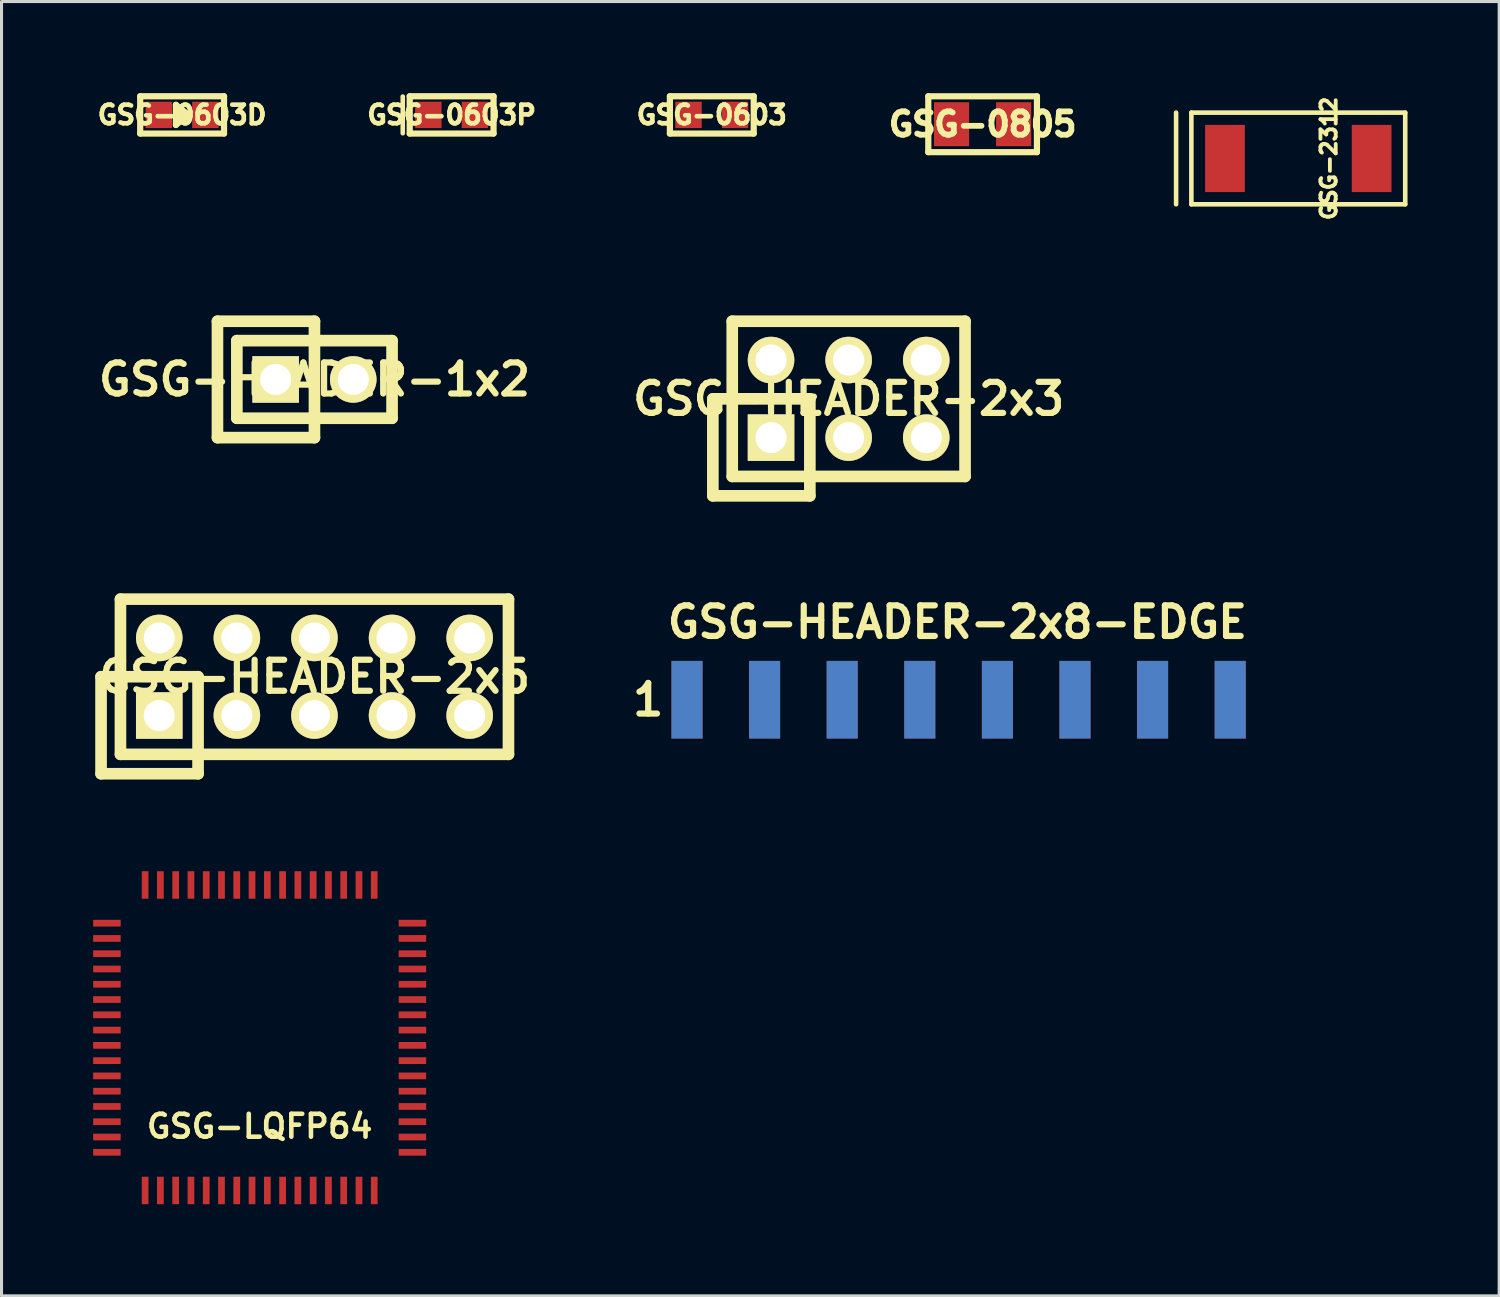
<source format=kicad_pcb>
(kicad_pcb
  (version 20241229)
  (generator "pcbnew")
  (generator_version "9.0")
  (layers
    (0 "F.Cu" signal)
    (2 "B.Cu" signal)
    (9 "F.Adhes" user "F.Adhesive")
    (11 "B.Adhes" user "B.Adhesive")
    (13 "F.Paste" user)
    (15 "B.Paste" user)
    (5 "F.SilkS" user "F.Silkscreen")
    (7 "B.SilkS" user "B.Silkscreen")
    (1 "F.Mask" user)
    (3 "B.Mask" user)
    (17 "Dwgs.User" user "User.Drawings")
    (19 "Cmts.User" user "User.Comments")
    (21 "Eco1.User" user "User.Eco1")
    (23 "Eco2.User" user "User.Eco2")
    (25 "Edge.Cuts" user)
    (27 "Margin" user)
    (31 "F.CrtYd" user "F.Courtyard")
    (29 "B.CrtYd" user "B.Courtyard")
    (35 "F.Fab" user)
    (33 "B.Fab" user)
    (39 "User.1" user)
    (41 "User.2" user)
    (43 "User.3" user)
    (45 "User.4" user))
  (footprint "GSG-HEADER-2x3"
    (layer "F.Cu")
    (at 24.728 10.005)
    (property "Reference" "GSG-HEADER-2x3" (at 0 0 0) (layer "F.SilkS") (effects (font (size 1.016 1.016) (thickness 0.203))))
    (attr through_hole)
    (fp_line (start -4.445 0) (end -4.445 3.175) (stroke (width 0.381) (type solid)) (layer "F.SilkS"))
    (fp_line (start -4.445 3.175) (end -1.27 3.175) (stroke (width 0.381) (type solid)) (layer "F.SilkS"))
    (fp_line (start -3.81 -2.54) (end 3.81 -2.54) (stroke (width 0.381) (type solid)) (layer "F.SilkS"))
    (fp_line (start -3.81 2.54) (end -3.81 -2.54) (stroke (width 0.381) (type solid)) (layer "F.SilkS"))
    (fp_line (start -1.27 0) (end -4.445 0) (stroke (width 0.381) (type solid)) (layer "F.SilkS"))
    (fp_line (start -1.27 3.175) (end -1.27 0) (stroke (width 0.381) (type solid)) (layer "F.SilkS"))
    (fp_line (start 3.81 -2.54) (end 3.81 2.54) (stroke (width 0.381) (type solid)) (layer "F.SilkS"))
    (fp_line (start 3.81 2.54) (end -3.81 2.54) (stroke (width 0.381) (type solid)) (layer "F.SilkS"))
    (pad "1" thru_hole rect (at -2.54 1.27) (size 1.524 1.524) (drill 1.016) (layers "*.Cu" "*.Mask" "F.SilkS"))
    (pad "2" thru_hole circle (at -2.54 -1.27) (size 1.524 1.524) (drill 1.016) (layers "*.Cu" "*.Mask" "F.SilkS"))
    (pad "3" thru_hole circle (at 0 1.27) (size 1.524 1.524) (drill 1.016) (layers "*.Cu" "*.Mask" "F.SilkS"))
    (pad "4" thru_hole circle (at 0 -1.27) (size 1.524 1.524) (drill 1.016) (layers "*.Cu" "*.Mask" "F.SilkS"))
    (pad "5" thru_hole circle (at 2.54 1.27) (size 1.524 1.524) (drill 1.016) (layers "*.Cu" "*.Mask" "F.SilkS"))
    (pad "6" thru_hole circle (at 2.54 -1.27) (size 1.524 1.524) (drill 1.016) (layers "*.Cu" "*.Mask" "F.SilkS")))
  (footprint "GSG-HEADER-2x8-EDGE"
    (layer "F.Cu")
    (at 28.287 19.853)
    (property "Reference" "GSG-HEADER-2x8-EDGE" (at 0 -2.54 0) (layer "F.SilkS") (effects (font (size 1.001 1.001) (thickness 0.203))))
    (attr through_hole)
    (fp_text user "1" (at -10.12 0 0) (layer "F.SilkS") (effects (font (size 1.001 1.001) (thickness 0.203))))
    (pad "1" smd rect (at -8.85 0) (size 1.016 2.54) (layers "F.Cu" "F.Mask" "F.Paste"))
    (pad "2" smd rect (at -8.85 0) (size 1.016 2.54) (layers "B.Cu" "B.Mask" "B.Paste"))
    (pad "3" smd rect (at -6.31 0) (size 1.016 2.54) (layers "F.Cu" "F.Mask" "F.Paste"))
    (pad "4" smd rect (at -6.31 0) (size 1.016 2.54) (layers "B.Cu" "B.Mask" "B.Paste"))
    (pad "5" smd rect (at -3.77 0) (size 1.016 2.54) (layers "F.Cu" "F.Mask" "F.Paste"))
    (pad "6" smd rect (at -3.77 0) (size 1.016 2.54) (layers "B.Cu" "B.Mask" "B.Paste"))
    (pad "7" smd rect (at -1.23 0) (size 1.016 2.54) (layers "F.Cu" "F.Mask" "F.Paste"))
    (pad "8" smd rect (at -1.23 0) (size 1.016 2.54) (layers "B.Cu" "B.Mask" "B.Paste"))
    (pad "9" smd rect (at 1.31 0) (size 1.016 2.54) (layers "F.Cu" "F.Mask" "F.Paste"))
    (pad "10" smd rect (at 1.31 0) (size 1.016 2.54) (layers "B.Cu" "B.Mask" "B.Paste"))
    (pad "11" smd rect (at 3.85 0) (size 1.016 2.54) (layers "F.Cu" "F.Mask" "F.Paste"))
    (pad "12" smd rect (at 3.85 0) (size 1.016 2.54) (layers "B.Cu" "B.Mask" "B.Paste"))
    (pad "13" smd rect (at 6.39 0) (size 1.016 2.54) (layers "F.Cu" "F.Mask" "F.Paste"))
    (pad "14" smd rect (at 6.39 0) (size 1.016 2.54) (layers "B.Cu" "B.Mask" "B.Paste"))
    (pad "15" smd rect (at 8.93 0) (size 1.016 2.54) (layers "F.Cu" "F.Mask" "F.Paste"))
    (pad "16" smd rect (at 8.93 0) (size 1.016 2.54) (layers "B.Cu" "B.Mask" "B.Paste")))
  (footprint "GSG-0603"
    (layer "F.Cu")
    (at 20.249 0.711)
    (property "Reference" "GSG-0603" (at 0 0 0) (layer "F.SilkS") (effects (font (size 0.61 0.61) (thickness 0.152))))
    (attr through_hole)
    (fp_line (start -1.372 -0.61) (end -1.372 0.61) (stroke (width 0.203) (type solid)) (layer "F.SilkS"))
    (fp_line (start -1.372 0.61) (end 1.372 0.61) (stroke (width 0.203) (type solid)) (layer "F.SilkS"))
    (fp_line (start 1.372 -0.61) (end -1.372 -0.61) (stroke (width 0.203) (type solid)) (layer "F.SilkS"))
    (fp_line (start 1.372 0.61) (end 1.372 -0.61) (stroke (width 0.203) (type solid)) (layer "F.SilkS"))
    (pad "1" smd rect (at -0.762 0) (size 0.864 0.864) (layers "F.Cu" "F.Mask" "F.Paste"))
    (pad "2" smd rect (at 0.762 0) (size 0.864 0.864) (layers "F.Cu" "F.Mask" "F.Paste")))
  (footprint "GSG-0603D"
    (layer "F.Cu")
    (at 2.911 0.711)
    (property "Reference" "GSG-0603D" (at 0 0 0) (layer "F.SilkS") (effects (font (size 0.61 0.61) (thickness 0.152))))
    (attr through_hole)
    (fp_line (start -1.372 -0.61) (end -1.372 0.61) (stroke (width 0.203) (type solid)) (layer "F.SilkS"))
    (fp_line (start -1.372 0.61) (end 1.372 0.61) (stroke (width 0.203) (type solid)) (layer "F.SilkS"))
    (fp_line (start -0.203 -0.33) (end -0.203 0.33) (stroke (width 0.203) (type solid)) (layer "F.SilkS"))
    (fp_line (start -0.203 0.33) (end 0.203 0) (stroke (width 0.203) (type solid)) (layer "F.SilkS"))
    (fp_line (start -0.051 0.076) (end -0.051 -0.076) (stroke (width 0.203) (type solid)) (layer "F.SilkS"))
    (fp_line (start 0.203 0) (end -0.203 -0.33) (stroke (width 0.203) (type solid)) (layer "F.SilkS"))
    (fp_line (start 1.372 -0.61) (end -1.372 -0.61) (stroke (width 0.203) (type solid)) (layer "F.SilkS"))
    (fp_line (start 1.372 0.61) (end 1.372 -0.61) (stroke (width 0.203) (type solid)) (layer "F.SilkS"))
    (pad "1" smd rect (at -0.762 0) (size 0.864 0.864) (layers "F.Cu" "F.Mask" "F.Paste"))
    (pad "2" smd rect (at 0.762 0) (size 0.864 0.864) (layers "F.Cu" "F.Mask" "F.Paste")))
  (footprint "GSG-HEADER-2x5"
    (layer "F.Cu")
    (at 7.243 19.101)
    (property "Reference" "GSG-HEADER-2x5" (at 0 0 0) (layer "F.SilkS") (effects (font (size 1.016 1.016) (thickness 0.203))))
    (attr through_hole)
    (fp_line (start -6.985 0) (end -6.985 3.175) (stroke (width 0.381) (type solid)) (layer "F.SilkS"))
    (fp_line (start -6.985 3.175) (end -3.81 3.175) (stroke (width 0.381) (type solid)) (layer "F.SilkS"))
    (fp_line (start -6.35 -2.54) (end 6.35 -2.54) (stroke (width 0.381) (type solid)) (layer "F.SilkS"))
    (fp_line (start -6.35 2.54) (end -6.35 -2.54) (stroke (width 0.381) (type solid)) (layer "F.SilkS"))
    (fp_line (start -3.81 0) (end -6.985 0) (stroke (width 0.381) (type solid)) (layer "F.SilkS"))
    (fp_line (start -3.81 3.175) (end -3.81 0) (stroke (width 0.381) (type solid)) (layer "F.SilkS"))
    (fp_line (start 6.35 -2.54) (end 6.35 2.54) (stroke (width 0.381) (type solid)) (layer "F.SilkS"))
    (fp_line (start 6.35 2.54) (end -6.35 2.54) (stroke (width 0.381) (type solid)) (layer "F.SilkS"))
    (pad "1" thru_hole rect (at -5.08 1.27) (size 1.524 1.524) (drill 1.016) (layers "*.Cu" "*.Mask" "F.SilkS"))
    (pad "2" thru_hole circle (at -5.08 -1.27) (size 1.524 1.524) (drill 1.016) (layers "*.Cu" "*.Mask" "F.SilkS"))
    (pad "3" thru_hole circle (at -2.54 1.27) (size 1.524 1.524) (drill 1.016) (layers "*.Cu" "*.Mask" "F.SilkS"))
    (pad "4" thru_hole circle (at -2.54 -1.27) (size 1.524 1.524) (drill 1.016) (layers "*.Cu" "*.Mask" "F.SilkS"))
    (pad "5" thru_hole circle (at 0 1.27) (size 1.524 1.524) (drill 1.016) (layers "*.Cu" "*.Mask" "F.SilkS"))
    (pad "6" thru_hole circle (at 0 -1.27) (size 1.524 1.524) (drill 1.016) (layers "*.Cu" "*.Mask" "F.SilkS"))
    (pad "7" thru_hole circle (at 2.54 1.27) (size 1.524 1.524) (drill 1.016) (layers "*.Cu" "*.Mask" "F.SilkS"))
    (pad "8" thru_hole circle (at 2.54 -1.27) (size 1.524 1.524) (drill 1.016) (layers "*.Cu" "*.Mask" "F.SilkS"))
    (pad "9" thru_hole circle (at 5.08 1.27) (size 1.524 1.524) (drill 1.016) (layers "*.Cu" "*.Mask" "F.SilkS"))
    (pad "10" thru_hole circle (at 5.08 -1.27) (size 1.524 1.524) (drill 1.016) (layers "*.Cu" "*.Mask" "F.SilkS")))
  (footprint "GSG-HEADER-1x2"
    (layer "F.Cu")
    (at 7.243 9.37)
    (property "Reference" "GSG-HEADER-1x2" (at 0 0 0) (layer "F.SilkS") (effects (font (size 1.016 1.016) (thickness 0.203))))
    (attr through_hole)
    (fp_line (start -3.175 -1.905) (end -3.175 1.905) (stroke (width 0.381) (type solid)) (layer "F.SilkS"))
    (fp_line (start -3.175 1.905) (end 0 1.905) (stroke (width 0.381) (type solid)) (layer "F.SilkS"))
    (fp_line (start -2.54 -1.27) (end -2.54 1.27) (stroke (width 0.381) (type solid)) (layer "F.SilkS"))
    (fp_line (start -2.54 -1.27) (end 2.54 -1.27) (stroke (width 0.381) (type solid)) (layer "F.SilkS"))
    (fp_line (start 0 -1.905) (end -3.175 -1.905) (stroke (width 0.381) (type solid)) (layer "F.SilkS"))
    (fp_line (start 0 1.905) (end 0 -1.905) (stroke (width 0.381) (type solid)) (layer "F.SilkS"))
    (fp_line (start 2.54 -1.27) (end 2.54 1.27) (stroke (width 0.381) (type solid)) (layer "F.SilkS"))
    (fp_line (start 2.54 1.27) (end -2.54 1.27) (stroke (width 0.381) (type solid)) (layer "F.SilkS"))
    (pad "1" thru_hole rect (at -1.27 0) (size 1.524 1.524) (drill 1.016) (layers "*.Cu" "*.Mask" "F.SilkS"))
    (pad "2" thru_hole circle (at 1.27 0) (size 1.524 1.524) (drill 1.016) (layers "*.Cu" "*.Mask" "F.SilkS")))
  (footprint "GSG-2312"
    (layer "F.Cu")
    (at 39.446 2.137)
    (property "Reference" "GSG-2312" (at 1 0 90) (layer "F.SilkS") (effects (font (size 0.5 0.5) (thickness 0.125))))
    (attr through_hole)
    (fp_line (start -4 -1.5) (end -4 1.5) (stroke (width 0.15) (type solid)) (layer "F.SilkS"))
    (fp_line (start -3.5 -1.5) (end 3.5 -1.5) (stroke (width 0.15) (type solid)) (layer "F.SilkS"))
    (fp_line (start -3.5 1.5) (end -3.5 -1.5) (stroke (width 0.15) (type solid)) (layer "F.SilkS"))
    (fp_line (start 3.5 -1.5) (end 3.5 1.5) (stroke (width 0.15) (type solid)) (layer "F.SilkS"))
    (fp_line (start 3.5 1.5) (end -3.5 1.5) (stroke (width 0.15) (type solid)) (layer "F.SilkS"))
    (pad "1" smd rect (at -2.4 0) (size 1.3 2.2) (layers "F.Cu" "F.Mask" "F.Paste"))
    (pad "2" smd rect (at 2.4 0) (size 1.3 2.2) (layers "F.Cu" "F.Mask" "F.Paste")))
  (footprint "GSG-LQFP64"
    (layer "F.Cu")
    (at 5.45 30.917)
    (property "Reference" "GSG-LQFP64" (at 0 2.9 0) (layer "F.SilkS") (effects (font (size 0.75 0.75) (thickness 0.15))))
    (attr through_hole)
    (pad "1" smd rect (at -5 -3.75) (size 0.9 0.22) (layers "F.Cu" "F.Mask" "F.Paste"))
    (pad "2" smd rect (at -5 -3.25) (size 0.9 0.22) (layers "F.Cu" "F.Mask" "F.Paste"))
    (pad "3" smd rect (at -5 -2.75) (size 0.9 0.22) (layers "F.Cu" "F.Mask" "F.Paste"))
    (pad "4" smd rect (at -5 -2.25) (size 0.9 0.22) (layers "F.Cu" "F.Mask" "F.Paste"))
    (pad "5" smd rect (at -5 -1.75) (size 0.9 0.22) (layers "F.Cu" "F.Mask" "F.Paste"))
    (pad "6" smd rect (at -5 -1.25) (size 0.9 0.22) (layers "F.Cu" "F.Mask" "F.Paste"))
    (pad "7" smd rect (at -5 -0.75) (size 0.9 0.22) (layers "F.Cu" "F.Mask" "F.Paste"))
    (pad "8" smd rect (at -5 -0.25) (size 0.9 0.22) (layers "F.Cu" "F.Mask" "F.Paste"))
    (pad "9" smd rect (at -5 0.25) (size 0.9 0.22) (layers "F.Cu" "F.Mask" "F.Paste"))
    (pad "10" smd rect (at -5 0.75) (size 0.9 0.22) (layers "F.Cu" "F.Mask" "F.Paste"))
    (pad "11" smd rect (at -5 1.25) (size 0.9 0.22) (layers "F.Cu" "F.Mask" "F.Paste"))
    (pad "12" smd rect (at -5 1.75) (size 0.9 0.22) (layers "F.Cu" "F.Mask" "F.Paste"))
    (pad "13" smd rect (at -5 2.25) (size 0.9 0.22) (layers "F.Cu" "F.Mask" "F.Paste"))
    (pad "14" smd rect (at -5 2.75) (size 0.9 0.22) (layers "F.Cu" "F.Mask" "F.Paste"))
    (pad "15" smd rect (at -5 3.25) (size 0.9 0.22) (layers "F.Cu" "F.Mask" "F.Paste"))
    (pad "16" smd rect (at -5 3.75) (size 0.9 0.22) (layers "F.Cu" "F.Mask" "F.Paste"))
    (pad "17" smd rect (at -3.75 5) (size 0.22 0.9) (layers "F.Cu" "F.Mask" "F.Paste"))
    (pad "18" smd rect (at -3.25 5) (size 0.22 0.9) (layers "F.Cu" "F.Mask" "F.Paste"))
    (pad "19" smd rect (at -2.75 5) (size 0.22 0.9) (layers "F.Cu" "F.Mask" "F.Paste"))
    (pad "20" smd rect (at -2.25 5) (size 0.22 0.9) (layers "F.Cu" "F.Mask" "F.Paste"))
    (pad "21" smd rect (at -1.75 5) (size 0.22 0.9) (layers "F.Cu" "F.Mask" "F.Paste"))
    (pad "22" smd rect (at -1.25 5) (size 0.22 0.9) (layers "F.Cu" "F.Mask" "F.Paste"))
    (pad "23" smd rect (at -0.75 5) (size 0.22 0.9) (layers "F.Cu" "F.Mask" "F.Paste"))
    (pad "24" smd rect (at -0.25 5) (size 0.22 0.9) (layers "F.Cu" "F.Mask" "F.Paste"))
    (pad "25" smd rect (at 0.25 5) (size 0.22 0.9) (layers "F.Cu" "F.Mask" "F.Paste"))
    (pad "26" smd rect (at 0.75 5) (size 0.22 0.9) (layers "F.Cu" "F.Mask" "F.Paste"))
    (pad "27" smd rect (at 1.25 5) (size 0.22 0.9) (layers "F.Cu" "F.Mask" "F.Paste"))
    (pad "28" smd rect (at 1.75 5) (size 0.22 0.9) (layers "F.Cu" "F.Mask" "F.Paste"))
    (pad "29" smd rect (at 2.25 5) (size 0.22 0.9) (layers "F.Cu" "F.Mask" "F.Paste"))
    (pad "30" smd rect (at 2.75 5) (size 0.22 0.9) (layers "F.Cu" "F.Mask" "F.Paste"))
    (pad "31" smd rect (at 3.25 5) (size 0.22 0.9) (layers "F.Cu" "F.Mask" "F.Paste"))
    (pad "32" smd rect (at 3.75 5) (size 0.22 0.9) (layers "F.Cu" "F.Mask" "F.Paste"))
    (pad "33" smd rect (at 5 3.75) (size 0.9 0.22) (layers "F.Cu" "F.Mask" "F.Paste"))
    (pad "34" smd rect (at 5 3.25) (size 0.9 0.22) (layers "F.Cu" "F.Mask" "F.Paste"))
    (pad "35" smd rect (at 5 2.75) (size 0.9 0.22) (layers "F.Cu" "F.Mask" "F.Paste"))
    (pad "36" smd rect (at 5 2.25) (size 0.9 0.22) (layers "F.Cu" "F.Mask" "F.Paste"))
    (pad "37" smd rect (at 5 1.75) (size 0.9 0.22) (layers "F.Cu" "F.Mask" "F.Paste"))
    (pad "38" smd rect (at 5 1.25) (size 0.9 0.22) (layers "F.Cu" "F.Mask" "F.Paste"))
    (pad "39" smd rect (at 5 0.75) (size 0.9 0.22) (layers "F.Cu" "F.Mask" "F.Paste"))
    (pad "40" smd rect (at 5 0.25) (size 0.9 0.22) (layers "F.Cu" "F.Mask" "F.Paste"))
    (pad "41" smd rect (at 5 -0.25) (size 0.9 0.22) (layers "F.Cu" "F.Mask" "F.Paste"))
    (pad "42" smd rect (at 5 -0.75) (size 0.9 0.22) (layers "F.Cu" "F.Mask" "F.Paste"))
    (pad "43" smd rect (at 5 -1.25) (size 0.9 0.22) (layers "F.Cu" "F.Mask" "F.Paste"))
    (pad "44" smd rect (at 5 -1.75) (size 0.9 0.22) (layers "F.Cu" "F.Mask" "F.Paste"))
    (pad "45" smd rect (at 5 -2.25) (size 0.9 0.22) (layers "F.Cu" "F.Mask" "F.Paste"))
    (pad "46" smd rect (at 5 -2.75) (size 0.9 0.22) (layers "F.Cu" "F.Mask" "F.Paste"))
    (pad "47" smd rect (at 5 -3.25) (size 0.9 0.22) (layers "F.Cu" "F.Mask" "F.Paste"))
    (pad "48" smd rect (at 5 -3.75) (size 0.9 0.22) (layers "F.Cu" "F.Mask" "F.Paste"))
    (pad "49" smd rect (at 3.75 -5) (size 0.22 0.9) (layers "F.Cu" "F.Mask" "F.Paste"))
    (pad "50" smd rect (at 3.25 -5) (size 0.22 0.9) (layers "F.Cu" "F.Mask" "F.Paste"))
    (pad "51" smd rect (at 2.75 -5) (size 0.22 0.9) (layers "F.Cu" "F.Mask" "F.Paste"))
    (pad "52" smd rect (at 2.25 -5) (size 0.22 0.9) (layers "F.Cu" "F.Mask" "F.Paste"))
    (pad "53" smd rect (at 1.75 -5) (size 0.22 0.9) (layers "F.Cu" "F.Mask" "F.Paste"))
    (pad "54" smd rect (at 1.25 -5) (size 0.22 0.9) (layers "F.Cu" "F.Mask" "F.Paste"))
    (pad "55" smd rect (at 0.75 -5) (size 0.22 0.9) (layers "F.Cu" "F.Mask" "F.Paste"))
    (pad "56" smd rect (at 0.25 -5) (size 0.22 0.9) (layers "F.Cu" "F.Mask" "F.Paste"))
    (pad "57" smd rect (at -0.25 -5) (size 0.22 0.9) (layers "F.Cu" "F.Mask" "F.Paste"))
    (pad "58" smd rect (at -0.75 -5) (size 0.22 0.9) (layers "F.Cu" "F.Mask" "F.Paste"))
    (pad "59" smd rect (at -1.25 -5) (size 0.22 0.9) (layers "F.Cu" "F.Mask" "F.Paste"))
    (pad "60" smd rect (at -1.75 -5) (size 0.22 0.9) (layers "F.Cu" "F.Mask" "F.Paste"))
    (pad "61" smd rect (at -2.25 -5) (size 0.22 0.9) (layers "F.Cu" "F.Mask" "F.Paste"))
    (pad "62" smd rect (at -2.75 -5) (size 0.22 0.9) (layers "F.Cu" "F.Mask" "F.Paste"))
    (pad "63" smd rect (at -3.25 -5) (size 0.22 0.9) (layers "F.Cu" "F.Mask" "F.Paste"))
    (pad "64" smd rect (at -3.75 -5) (size 0.22 0.9) (layers "F.Cu" "F.Mask" "F.Paste")))
  (footprint "GSG-0603P"
    (layer "F.Cu")
    (at 11.733 0.711)
    (property "Reference" "GSG-0603P" (at 0 0 0) (layer "F.SilkS") (effects (font (size 0.61 0.61) (thickness 0.152))))
    (attr through_hole)
    (fp_line (start -1.6 -0.6) (end -1.6 0.6) (stroke (width 0.15) (type solid)) (layer "F.SilkS"))
    (fp_line (start -1.372 -0.61) (end -1.372 0.61) (stroke (width 0.203) (type solid)) (layer "F.SilkS"))
    (fp_line (start -1.372 0.61) (end 1.372 0.61) (stroke (width 0.203) (type solid)) (layer "F.SilkS"))
    (fp_line (start 1.372 -0.61) (end -1.372 -0.61) (stroke (width 0.203) (type solid)) (layer "F.SilkS"))
    (fp_line (start 1.372 0.61) (end 1.372 -0.61) (stroke (width 0.203) (type solid)) (layer "F.SilkS"))
    (pad "1" smd rect (at -0.762 0) (size 0.864 0.864) (layers "F.Cu" "F.Mask" "F.Paste"))
    (pad "2" smd rect (at 0.762 0) (size 0.864 0.864) (layers "F.Cu" "F.Mask" "F.Paste")))
  (footprint "GSG-0805"
    (layer "F.Cu")
    (at 29.113 1.016)
    (property "Reference" "GSG-0805" (at 0 0 0) (layer "F.SilkS") (effects (font (size 0.762 0.762) (thickness 0.191))))
    (attr through_hole)
    (fp_line (start -1.778 -0.914) (end 1.778 -0.914) (stroke (width 0.203) (type solid)) (layer "F.SilkS"))
    (fp_line (start -1.778 0.914) (end -1.778 -0.914) (stroke (width 0.203) (type solid)) (layer "F.SilkS"))
    (fp_line (start 1.778 -0.914) (end 1.778 0.914) (stroke (width 0.203) (type solid)) (layer "F.SilkS"))
    (fp_line (start 1.778 0.914) (end -1.778 0.914) (stroke (width 0.203) (type solid)) (layer "F.SilkS"))
    (pad "1" smd rect (at -1.016 0) (size 1.151 1.44) (layers "F.Cu" "F.Mask" "F.Paste"))
    (pad "2" smd rect (at 1.016 0) (size 1.151 1.44) (layers "F.Cu" "F.Mask" "F.Paste")))
  (gr_rect
    (start -3 -3)
    (end 46.021 39.367)
    (stroke (width 0.1) (type default))
    (fill no)
    (layer "Edge.Cuts")))
</source>
